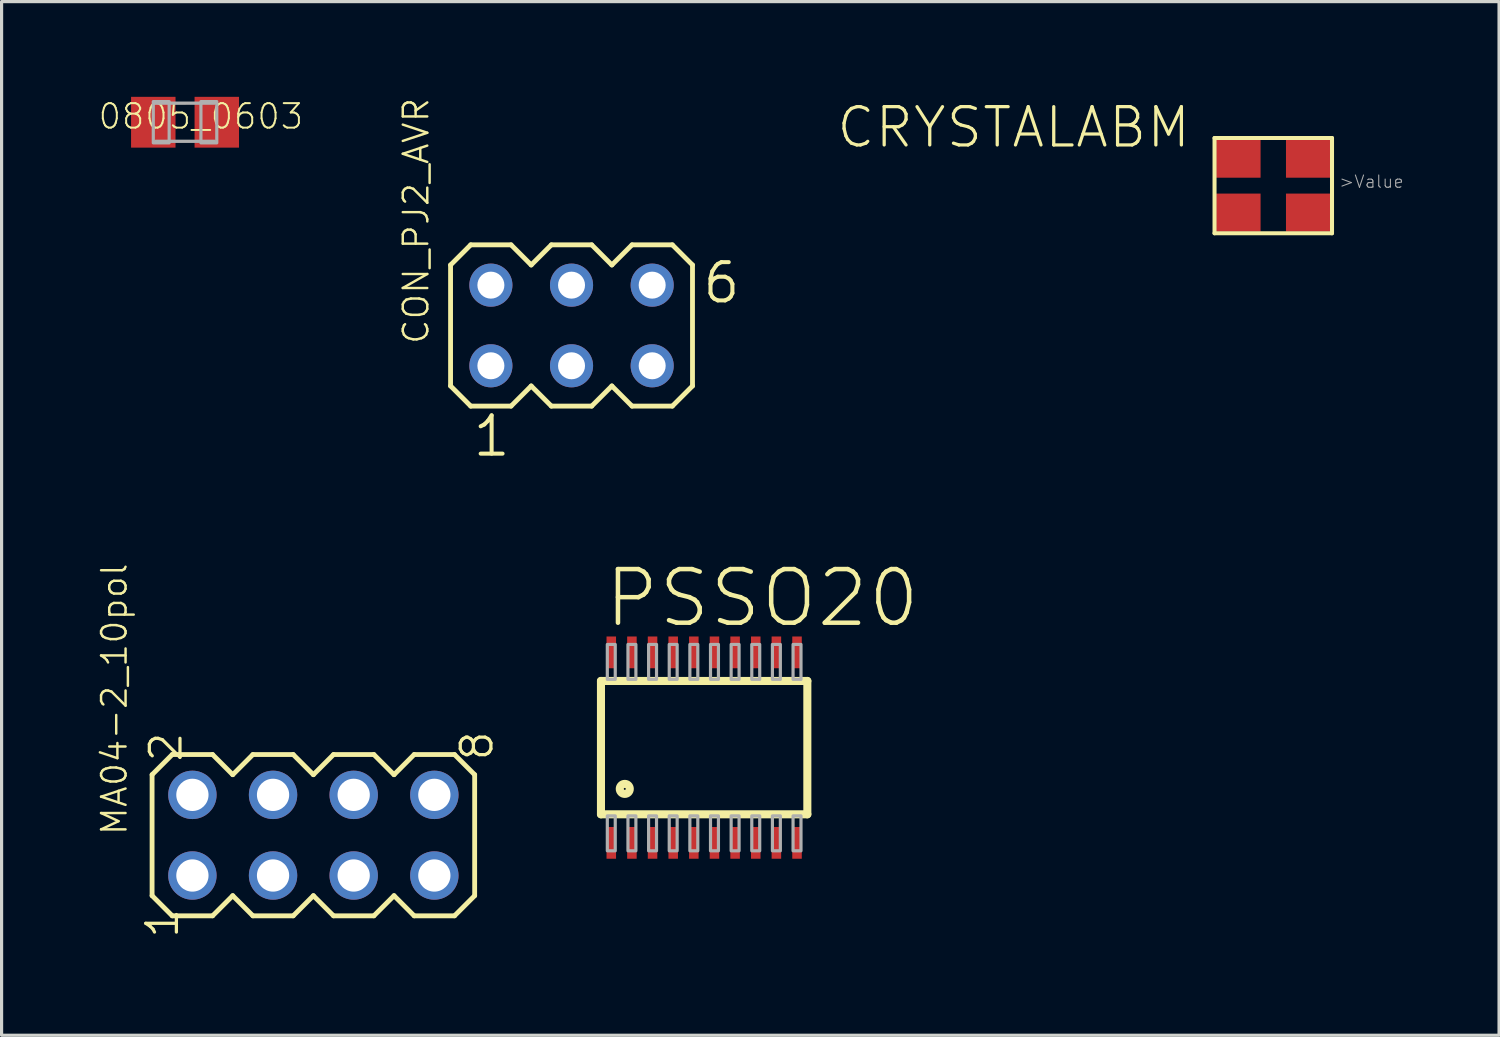
<source format=kicad_pcb>
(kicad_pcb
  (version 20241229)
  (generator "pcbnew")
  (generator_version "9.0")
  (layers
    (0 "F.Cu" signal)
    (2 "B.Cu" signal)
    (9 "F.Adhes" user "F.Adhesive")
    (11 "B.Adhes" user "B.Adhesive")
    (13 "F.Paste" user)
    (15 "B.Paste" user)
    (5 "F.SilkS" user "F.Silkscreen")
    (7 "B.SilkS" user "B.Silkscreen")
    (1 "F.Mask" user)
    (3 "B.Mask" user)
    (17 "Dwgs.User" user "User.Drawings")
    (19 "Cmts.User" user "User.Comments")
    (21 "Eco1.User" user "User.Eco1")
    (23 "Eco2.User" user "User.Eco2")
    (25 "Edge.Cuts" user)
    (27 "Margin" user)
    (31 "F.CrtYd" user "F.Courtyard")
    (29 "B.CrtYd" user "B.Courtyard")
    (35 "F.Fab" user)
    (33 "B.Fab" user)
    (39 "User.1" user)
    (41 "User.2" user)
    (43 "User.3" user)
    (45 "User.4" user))
  (footprint "CRYSTALABM"
    (layer "F.Cu")
    (at 37.053 2.797)
    (property "Reference" "CRYSTALABM" (at -2.54 -2.54 0) (layer "F.SilkS") (effects (font (size 1.206 1.206) (thickness 0.102)) (justify right top)))
    (attr through_hole)
    (fp_line (start -1.85 -1.5) (end -1.85 1.5) (stroke (width 0.127) (type solid)) (layer "F.SilkS"))
    (fp_line (start -1.85 1.5) (end 1.85 1.5) (stroke (width 0.127) (type solid)) (layer "F.SilkS"))
    (fp_line (start 1.85 -1.5) (end -1.85 -1.5) (stroke (width 0.127) (type solid)) (layer "F.SilkS"))
    (fp_line (start 1.85 1.5) (end 1.85 -1.5) (stroke (width 0.127) (type solid)) (layer "F.SilkS"))
    (fp_text user ">Value" (at 2.05 0.1 0) (layer "F.Fab") (effects (font (size 0.386 0.386) (thickness 0.033)) (justify left bottom)))
    (pad "P$1" smd rect (at -1.1 0.85) (size 1.4 1.2) (layers "F.Cu" "F.Mask" "F.Paste"))
    (pad "P$2" smd rect (at 1.1 -0.85) (size 1.4 1.2) (layers "F.Cu" "F.Mask" "F.Paste"))
    (pad "P$3" smd rect (at 1.1 0.85) (size 1.4 1.2) (layers "F.Cu" "F.Mask" "F.Paste"))
    (pad "P$4" smd rect (at -1.1 -0.85) (size 1.4 1.2) (layers "F.Cu" "F.Mask" "F.Paste")))
  (footprint "0805_0603"
    (layer "F.Cu")
    (at 2.778 0.8)
    (property "Reference" "0805_0603" (at -2.778 0.268 180) (layer "F.SilkS") (effects (font (size 0.772 0.772) (thickness 0.062)) (justify left bottom)))
    (attr through_hole)
    (fp_line (start -0.925 -0.6) (end 0.925 -0.6) (stroke (width 0.102) (type solid)) (layer "F.Fab"))
    (fp_line (start 0.925 0.6) (end -0.925 0.6) (stroke (width 0.102) (type solid)) (layer "F.Fab"))
    (fp_poly (pts (xy -1 0.65) (xy -0.5 0.65) (xy -0.5 -0.65) (xy -1 -0.65)) (stroke (width 0.1) (type solid)) (fill no) (layer "F.Fab"))
    (fp_poly (pts (xy 0.5 0.65) (xy 1 0.65) (xy 1 -0.65) (xy 0.5 -0.65)) (stroke (width 0.1) (type solid)) (fill no) (layer "F.Fab"))
    (pad "1" smd rect (at -1 0) (size 1.4 1.6) (layers "F.Cu" "F.Mask" "F.Paste"))
    (pad "2" smd rect (at 1 0) (size 1.4 1.6) (layers "F.Cu" "F.Mask" "F.Paste")))
  (footprint "MA04-2_10pol"
    (layer "F.Cu")
    (at 6.82 23.255)
    (property "Reference" "MA04-2_10pol" (at -5.817 0.051 270) (layer "F.SilkS") (effects (font (size 0.772 0.772) (thickness 0.077)) (justify left bottom)))
    (attr through_hole)
    (fp_line (start -5.08 -1.905) (end -5.08 1.905) (stroke (width 0.152) (type solid)) (layer "F.SilkS"))
    (fp_line (start -5.08 1.905) (end -4.445 2.54) (stroke (width 0.152) (type solid)) (layer "F.SilkS"))
    (fp_line (start -4.445 -2.54) (end -5.08 -1.905) (stroke (width 0.152) (type solid)) (layer "F.SilkS"))
    (fp_line (start -4.445 -2.54) (end -3.175 -2.54) (stroke (width 0.152) (type solid)) (layer "F.SilkS"))
    (fp_line (start -3.175 -2.54) (end -2.54 -1.905) (stroke (width 0.152) (type solid)) (layer "F.SilkS"))
    (fp_line (start -3.175 2.54) (end -4.445 2.54) (stroke (width 0.152) (type solid)) (layer "F.SilkS"))
    (fp_line (start -2.54 -1.905) (end -1.905 -2.54) (stroke (width 0.152) (type solid)) (layer "F.SilkS"))
    (fp_line (start -2.54 1.905) (end -3.175 2.54) (stroke (width 0.152) (type solid)) (layer "F.SilkS"))
    (fp_line (start -1.905 -2.54) (end -0.635 -2.54) (stroke (width 0.152) (type solid)) (layer "F.SilkS"))
    (fp_line (start -1.905 2.54) (end -2.54 1.905) (stroke (width 0.152) (type solid)) (layer "F.SilkS"))
    (fp_line (start -0.635 -2.54) (end 0 -1.905) (stroke (width 0.152) (type solid)) (layer "F.SilkS"))
    (fp_line (start -0.635 2.54) (end -1.905 2.54) (stroke (width 0.152) (type solid)) (layer "F.SilkS"))
    (fp_line (start 0 -1.905) (end 0.635 -2.54) (stroke (width 0.152) (type solid)) (layer "F.SilkS"))
    (fp_line (start 0 1.905) (end -0.635 2.54) (stroke (width 0.152) (type solid)) (layer "F.SilkS"))
    (fp_line (start 0.635 -2.54) (end 1.905 -2.54) (stroke (width 0.152) (type solid)) (layer "F.SilkS"))
    (fp_line (start 0.635 2.54) (end 0 1.905) (stroke (width 0.152) (type solid)) (layer "F.SilkS"))
    (fp_line (start 1.905 -2.54) (end 2.54 -1.905) (stroke (width 0.152) (type solid)) (layer "F.SilkS"))
    (fp_line (start 1.905 2.54) (end 0.635 2.54) (stroke (width 0.152) (type solid)) (layer "F.SilkS"))
    (fp_line (start 2.54 1.905) (end 1.905 2.54) (stroke (width 0.152) (type solid)) (layer "F.SilkS"))
    (fp_line (start 2.54 1.905) (end 3.175 2.54) (stroke (width 0.152) (type solid)) (layer "F.SilkS"))
    (fp_line (start 3.175 -2.54) (end 2.54 -1.905) (stroke (width 0.152) (type solid)) (layer "F.SilkS"))
    (fp_line (start 3.175 -2.54) (end 4.445 -2.54) (stroke (width 0.152) (type solid)) (layer "F.SilkS"))
    (fp_line (start 4.445 -2.54) (end 5.08 -1.905) (stroke (width 0.152) (type solid)) (layer "F.SilkS"))
    (fp_line (start 4.445 2.54) (end 3.175 2.54) (stroke (width 0.152) (type solid)) (layer "F.SilkS"))
    (fp_line (start 5.08 -1.905) (end 5.08 1.905) (stroke (width 0.152) (type solid)) (layer "F.SilkS"))
    (fp_line (start 5.08 1.905) (end 4.445 2.54) (stroke (width 0.152) (type solid)) (layer "F.SilkS"))
    (fp_poly (pts (xy -4.064 -1.016) (xy -3.556 -1.016) (xy -3.556 -1.524) (xy -4.064 -1.524)) (stroke (width 0.1) (type solid)) (fill no) (layer "F.Fab"))
    (fp_poly (pts (xy -4.064 1.524) (xy -3.556 1.524) (xy -3.556 1.016) (xy -4.064 1.016)) (stroke (width 0.1) (type solid)) (fill no) (layer "F.Fab"))
    (fp_poly (pts (xy -1.524 -1.016) (xy -1.016 -1.016) (xy -1.016 -1.524) (xy -1.524 -1.524)) (stroke (width 0.1) (type solid)) (fill no) (layer "F.Fab"))
    (fp_poly (pts (xy -1.524 1.524) (xy -1.016 1.524) (xy -1.016 1.016) (xy -1.524 1.016)) (stroke (width 0.1) (type solid)) (fill no) (layer "F.Fab"))
    (fp_poly (pts (xy 1.016 -1.016) (xy 1.524 -1.016) (xy 1.524 -1.524) (xy 1.016 -1.524)) (stroke (width 0.1) (type solid)) (fill no) (layer "F.Fab"))
    (fp_poly (pts (xy 1.016 1.524) (xy 1.524 1.524) (xy 1.524 1.016) (xy 1.016 1.016)) (stroke (width 0.1) (type solid)) (fill no) (layer "F.Fab"))
    (fp_poly (pts (xy 3.556 -1.016) (xy 4.064 -1.016) (xy 4.064 -1.524) (xy 3.556 -1.524)) (stroke (width 0.1) (type solid)) (fill no) (layer "F.Fab"))
    (fp_poly (pts (xy 3.556 1.524) (xy 4.064 1.524) (xy 4.064 1.016) (xy 3.556 1.016)) (stroke (width 0.1) (type solid)) (fill no) (layer "F.Fab"))
    (fp_text user "2" (at -5.207 -3.302 90) (layer "F.SilkS") (effects (font (size 0.965 0.965) (thickness 0.102)) (justify right top)))
    (fp_text user "8" (at 5.715 -2.286 90) (layer "F.SilkS") (effects (font (size 0.965 0.965) (thickness 0.102)) (justify left bottom)))
    (fp_text user "1" (at -4.191 3.302 90) (layer "F.SilkS") (effects (font (size 0.965 0.965) (thickness 0.102)) (justify left bottom)))
    (pad "1" thru_hole circle (at -3.81 1.27) (size 1.524 1.524) (drill 1.016) (layers "*.Cu" "*.Mask"))
    (pad "2" thru_hole circle (at -3.81 -1.27) (size 1.524 1.524) (drill 1.016) (layers "*.Cu" "*.Mask"))
    (pad "3" thru_hole circle (at -1.27 1.27) (size 1.524 1.524) (drill 1.016) (layers "*.Cu" "*.Mask"))
    (pad "4" thru_hole circle (at -1.27 -1.27) (size 1.524 1.524) (drill 1.016) (layers "*.Cu" "*.Mask"))
    (pad "5" thru_hole circle (at 1.27 1.27) (size 1.524 1.524) (drill 1.016) (layers "*.Cu" "*.Mask"))
    (pad "6" thru_hole circle (at 1.27 -1.27) (size 1.524 1.524) (drill 1.016) (layers "*.Cu" "*.Mask"))
    (pad "7" thru_hole circle (at 3.81 1.27) (size 1.524 1.524) (drill 1.016) (layers "*.Cu" "*.Mask"))
    (pad "8" thru_hole circle (at 3.81 -1.27) (size 1.524 1.524) (drill 1.016) (layers "*.Cu" "*.Mask")))
  (footprint "CON_PJ2_AVR"
    (layer "F.Cu")
    (at 14.951 7.201)
    (property "Reference" "CON_PJ2_AVR" (at -4.445 0.635 270) (layer "F.SilkS") (effects (font (size 0.772 0.772) (thickness 0.077)) (justify left bottom)))
    (attr through_hole)
    (fp_line (start -3.81 -1.905) (end -3.81 1.905) (stroke (width 0.152) (type solid)) (layer "F.SilkS"))
    (fp_line (start -3.81 1.905) (end -3.175 2.54) (stroke (width 0.152) (type solid)) (layer "F.SilkS"))
    (fp_line (start -3.175 -2.54) (end -3.81 -1.905) (stroke (width 0.152) (type solid)) (layer "F.SilkS"))
    (fp_line (start -3.175 -2.54) (end -1.905 -2.54) (stroke (width 0.152) (type solid)) (layer "F.SilkS"))
    (fp_line (start -1.905 -2.54) (end -1.27 -1.905) (stroke (width 0.152) (type solid)) (layer "F.SilkS"))
    (fp_line (start -1.905 2.54) (end -3.175 2.54) (stroke (width 0.152) (type solid)) (layer "F.SilkS"))
    (fp_line (start -1.27 -1.905) (end -0.635 -2.54) (stroke (width 0.152) (type solid)) (layer "F.SilkS"))
    (fp_line (start -1.27 1.905) (end -1.905 2.54) (stroke (width 0.152) (type solid)) (layer "F.SilkS"))
    (fp_line (start -0.635 -2.54) (end 0.635 -2.54) (stroke (width 0.152) (type solid)) (layer "F.SilkS"))
    (fp_line (start -0.635 2.54) (end -1.27 1.905) (stroke (width 0.152) (type solid)) (layer "F.SilkS"))
    (fp_line (start 0.635 -2.54) (end 1.27 -1.905) (stroke (width 0.152) (type solid)) (layer "F.SilkS"))
    (fp_line (start 0.635 2.54) (end -0.635 2.54) (stroke (width 0.152) (type solid)) (layer "F.SilkS"))
    (fp_line (start 1.27 -1.905) (end 1.905 -2.54) (stroke (width 0.152) (type solid)) (layer "F.SilkS"))
    (fp_line (start 1.27 1.905) (end 0.635 2.54) (stroke (width 0.152) (type solid)) (layer "F.SilkS"))
    (fp_line (start 1.905 -2.54) (end 3.175 -2.54) (stroke (width 0.152) (type solid)) (layer "F.SilkS"))
    (fp_line (start 1.905 2.54) (end 1.27 1.905) (stroke (width 0.152) (type solid)) (layer "F.SilkS"))
    (fp_line (start 3.175 -2.54) (end 3.81 -1.905) (stroke (width 0.152) (type solid)) (layer "F.SilkS"))
    (fp_line (start 3.175 2.54) (end 1.905 2.54) (stroke (width 0.152) (type solid)) (layer "F.SilkS"))
    (fp_line (start 3.81 -1.905) (end 3.81 1.905) (stroke (width 0.152) (type solid)) (layer "F.SilkS"))
    (fp_line (start 3.81 1.905) (end 3.175 2.54) (stroke (width 0.152) (type solid)) (layer "F.SilkS"))
    (fp_poly (pts (xy -2.794 -1.016) (xy -2.286 -1.016) (xy -2.286 -1.524) (xy -2.794 -1.524)) (stroke (width 0.1) (type solid)) (fill no) (layer "F.Fab"))
    (fp_poly (pts (xy -2.794 1.524) (xy -2.286 1.524) (xy -2.286 1.016) (xy -2.794 1.016)) (stroke (width 0.1) (type solid)) (fill no) (layer "F.Fab"))
    (fp_poly (pts (xy -0.254 -1.016) (xy 0.254 -1.016) (xy 0.254 -1.524) (xy -0.254 -1.524)) (stroke (width 0.1) (type solid)) (fill no) (layer "F.Fab"))
    (fp_poly (pts (xy -0.254 1.524) (xy 0.254 1.524) (xy 0.254 1.016) (xy -0.254 1.016)) (stroke (width 0.1) (type solid)) (fill no) (layer "F.Fab"))
    (fp_poly (pts (xy 2.286 -1.016) (xy 2.794 -1.016) (xy 2.794 -1.524) (xy 2.286 -1.524)) (stroke (width 0.1) (type solid)) (fill no) (layer "F.Fab"))
    (fp_poly (pts (xy 2.286 1.524) (xy 2.794 1.524) (xy 2.794 1.016) (xy 2.286 1.016)) (stroke (width 0.1) (type solid)) (fill no) (layer "F.Fab"))
    (fp_text user "6" (at 4.064 -0.635 0) (layer "F.SilkS") (effects (font (size 1.206 1.206) (thickness 0.127)) (justify left bottom)))
    (fp_text user "1" (at -3.175 4.191 0) (layer "F.SilkS") (effects (font (size 1.206 1.206) (thickness 0.127)) (justify left bottom)))
    (pad "1" thru_hole circle (at -2.54 1.27) (size 1.358 1.358) (drill 0.85) (layers "*.Cu" "*.Mask"))
    (pad "2" thru_hole circle (at -2.54 -1.27) (size 1.358 1.358) (drill 0.85) (layers "*.Cu" "*.Mask"))
    (pad "3" thru_hole circle (at 0 1.27) (size 1.358 1.358) (drill 0.85) (layers "*.Cu" "*.Mask"))
    (pad "4" thru_hole circle (at 0 -1.27) (size 1.358 1.358) (drill 0.85) (layers "*.Cu" "*.Mask"))
    (pad "5" thru_hole circle (at 2.54 1.27) (size 1.358 1.358) (drill 0.85) (layers "*.Cu" "*.Mask"))
    (pad "6" thru_hole circle (at 2.54 -1.27) (size 1.358 1.358) (drill 0.85) (layers "*.Cu" "*.Mask")))
  (footprint "PSSO20"
    (layer "F.Cu")
    (at 19.128 20.497)
    (property "Reference" "PSSO20" (at -3.21 -3.72 0) (layer "F.SilkS") (effects (font (size 1.689 1.689) (thickness 0.142)) (justify left bottom)))
    (attr through_hole)
    (fp_line (start -3.25 -2.1) (end -3.25 2.1) (stroke (width 0.254) (type solid)) (layer "F.SilkS"))
    (fp_line (start -3.25 2.1) (end 3.25 2.1) (stroke (width 0.254) (type solid)) (layer "F.SilkS"))
    (fp_line (start 3.25 -2.1) (end -3.25 -2.1) (stroke (width 0.254) (type solid)) (layer "F.SilkS"))
    (fp_line (start 3.25 2.1) (end 3.25 -2.1) (stroke (width 0.254) (type solid)) (layer "F.SilkS"))
    (fp_circle (center -2.5 1.3) (end -2.342 1.3) (stroke (width 0.254) (type solid)) (fill no) (layer "F.SilkS"))
    (fp_poly (pts (xy -3.05 -2.15) (xy -2.8 -2.15) (xy -2.8 -3.25) (xy -3.05 -3.25)) (stroke (width 0.1) (type solid)) (fill no) (layer "F.Fab"))
    (fp_poly (pts (xy -3.05 3.25) (xy -2.8 3.25) (xy -2.8 2.15) (xy -3.05 2.15)) (stroke (width 0.1) (type solid)) (fill no) (layer "F.Fab"))
    (fp_poly (pts (xy -2.4 -2.15) (xy -2.15 -2.15) (xy -2.15 -3.25) (xy -2.4 -3.25)) (stroke (width 0.1) (type solid)) (fill no) (layer "F.Fab"))
    (fp_poly (pts (xy -2.4 3.25) (xy -2.15 3.25) (xy -2.15 2.15) (xy -2.4 2.15)) (stroke (width 0.1) (type solid)) (fill no) (layer "F.Fab"))
    (fp_poly (pts (xy -1.75 -2.15) (xy -1.5 -2.15) (xy -1.5 -3.25) (xy -1.75 -3.25)) (stroke (width 0.1) (type solid)) (fill no) (layer "F.Fab"))
    (fp_poly (pts (xy -1.75 3.25) (xy -1.5 3.25) (xy -1.5 2.15) (xy -1.75 2.15)) (stroke (width 0.1) (type solid)) (fill no) (layer "F.Fab"))
    (fp_poly (pts (xy -1.1 -2.15) (xy -0.85 -2.15) (xy -0.85 -3.25) (xy -1.1 -3.25)) (stroke (width 0.1) (type solid)) (fill no) (layer "F.Fab"))
    (fp_poly (pts (xy -1.1 3.25) (xy -0.85 3.25) (xy -0.85 2.15) (xy -1.1 2.15)) (stroke (width 0.1) (type solid)) (fill no) (layer "F.Fab"))
    (fp_poly (pts (xy -0.45 -2.15) (xy -0.2 -2.15) (xy -0.2 -3.25) (xy -0.45 -3.25)) (stroke (width 0.1) (type solid)) (fill no) (layer "F.Fab"))
    (fp_poly (pts (xy -0.45 3.25) (xy -0.2 3.25) (xy -0.2 2.15) (xy -0.45 2.15)) (stroke (width 0.1) (type solid)) (fill no) (layer "F.Fab"))
    (fp_poly (pts (xy 0.2 -2.15) (xy 0.45 -2.15) (xy 0.45 -3.25) (xy 0.2 -3.25)) (stroke (width 0.1) (type solid)) (fill no) (layer "F.Fab"))
    (fp_poly (pts (xy 0.2 3.25) (xy 0.45 3.25) (xy 0.45 2.15) (xy 0.2 2.15)) (stroke (width 0.1) (type solid)) (fill no) (layer "F.Fab"))
    (fp_poly (pts (xy 0.85 -2.15) (xy 1.1 -2.15) (xy 1.1 -3.25) (xy 0.85 -3.25)) (stroke (width 0.1) (type solid)) (fill no) (layer "F.Fab"))
    (fp_poly (pts (xy 0.85 3.25) (xy 1.1 3.25) (xy 1.1 2.15) (xy 0.85 2.15)) (stroke (width 0.1) (type solid)) (fill no) (layer "F.Fab"))
    (fp_poly (pts (xy 1.5 -2.15) (xy 1.75 -2.15) (xy 1.75 -3.25) (xy 1.5 -3.25)) (stroke (width 0.1) (type solid)) (fill no) (layer "F.Fab"))
    (fp_poly (pts (xy 1.5 3.25) (xy 1.75 3.25) (xy 1.75 2.15) (xy 1.5 2.15)) (stroke (width 0.1) (type solid)) (fill no) (layer "F.Fab"))
    (fp_poly (pts (xy 2.15 -2.15) (xy 2.4 -2.15) (xy 2.4 -3.25) (xy 2.15 -3.25)) (stroke (width 0.1) (type solid)) (fill no) (layer "F.Fab"))
    (fp_poly (pts (xy 2.15 3.25) (xy 2.4 3.25) (xy 2.4 2.15) (xy 2.15 2.15)) (stroke (width 0.1) (type solid)) (fill no) (layer "F.Fab"))
    (fp_poly (pts (xy 2.8 -2.15) (xy 3.05 -2.15) (xy 3.05 -3.25) (xy 2.8 -3.25)) (stroke (width 0.1) (type solid)) (fill no) (layer "F.Fab"))
    (fp_poly (pts (xy 2.8 3.25) (xy 3.05 3.25) (xy 3.05 2.15) (xy 2.8 2.15)) (stroke (width 0.1) (type solid)) (fill no) (layer "F.Fab"))
    (pad "1" smd rect (at -2.925 3) (size 0.3 1) (layers "F.Cu" "F.Mask" "F.Paste"))
    (pad "2" smd rect (at -2.275 3) (size 0.3 1) (layers "F.Cu" "F.Mask" "F.Paste"))
    (pad "3" smd rect (at -1.625 3) (size 0.3 1) (layers "F.Cu" "F.Mask" "F.Paste"))
    (pad "4" smd rect (at -0.975 3) (size 0.3 1) (layers "F.Cu" "F.Mask" "F.Paste"))
    (pad "5" smd rect (at -0.325 3) (size 0.3 1) (layers "F.Cu" "F.Mask" "F.Paste"))
    (pad "6" smd rect (at 0.325 3) (size 0.3 1) (layers "F.Cu" "F.Mask" "F.Paste"))
    (pad "7" smd rect (at 0.975 3) (size 0.3 1) (layers "F.Cu" "F.Mask" "F.Paste"))
    (pad "8" smd rect (at 1.625 3) (size 0.3 1) (layers "F.Cu" "F.Mask" "F.Paste"))
    (pad "9" smd rect (at 2.275 3) (size 0.3 1) (layers "F.Cu" "F.Mask" "F.Paste"))
    (pad "10" smd rect (at 2.925 3) (size 0.3 1) (layers "F.Cu" "F.Mask" "F.Paste"))
    (pad "11" smd rect (at 2.925 -3) (size 0.3 1) (layers "F.Cu" "F.Mask" "F.Paste"))
    (pad "12" smd rect (at 2.275 -3) (size 0.3 1) (layers "F.Cu" "F.Mask" "F.Paste"))
    (pad "13" smd rect (at 1.625 -3) (size 0.3 1) (layers "F.Cu" "F.Mask" "F.Paste"))
    (pad "14" smd rect (at 0.975 -3) (size 0.3 1) (layers "F.Cu" "F.Mask" "F.Paste"))
    (pad "15" smd rect (at 0.325 -3) (size 0.3 1) (layers "F.Cu" "F.Mask" "F.Paste"))
    (pad "16" smd rect (at -0.325 -3) (size 0.3 1) (layers "F.Cu" "F.Mask" "F.Paste"))
    (pad "17" smd rect (at -0.975 -3) (size 0.3 1) (layers "F.Cu" "F.Mask" "F.Paste"))
    (pad "18" smd rect (at -1.625 -3) (size 0.3 1) (layers "F.Cu" "F.Mask" "F.Paste"))
    (pad "19" smd rect (at -2.275 -3) (size 0.3 1) (layers "F.Cu" "F.Mask" "F.Paste"))
    (pad "20" smd rect (at -2.925 -3) (size 0.3 1) (layers "F.Cu" "F.Mask" "F.Paste")))
  (gr_rect
    (start -3 -3)
    (end 44.164 29.557)
    (stroke (width 0.1) (type default))
    (fill no)
    (layer "Edge.Cuts")))
</source>
